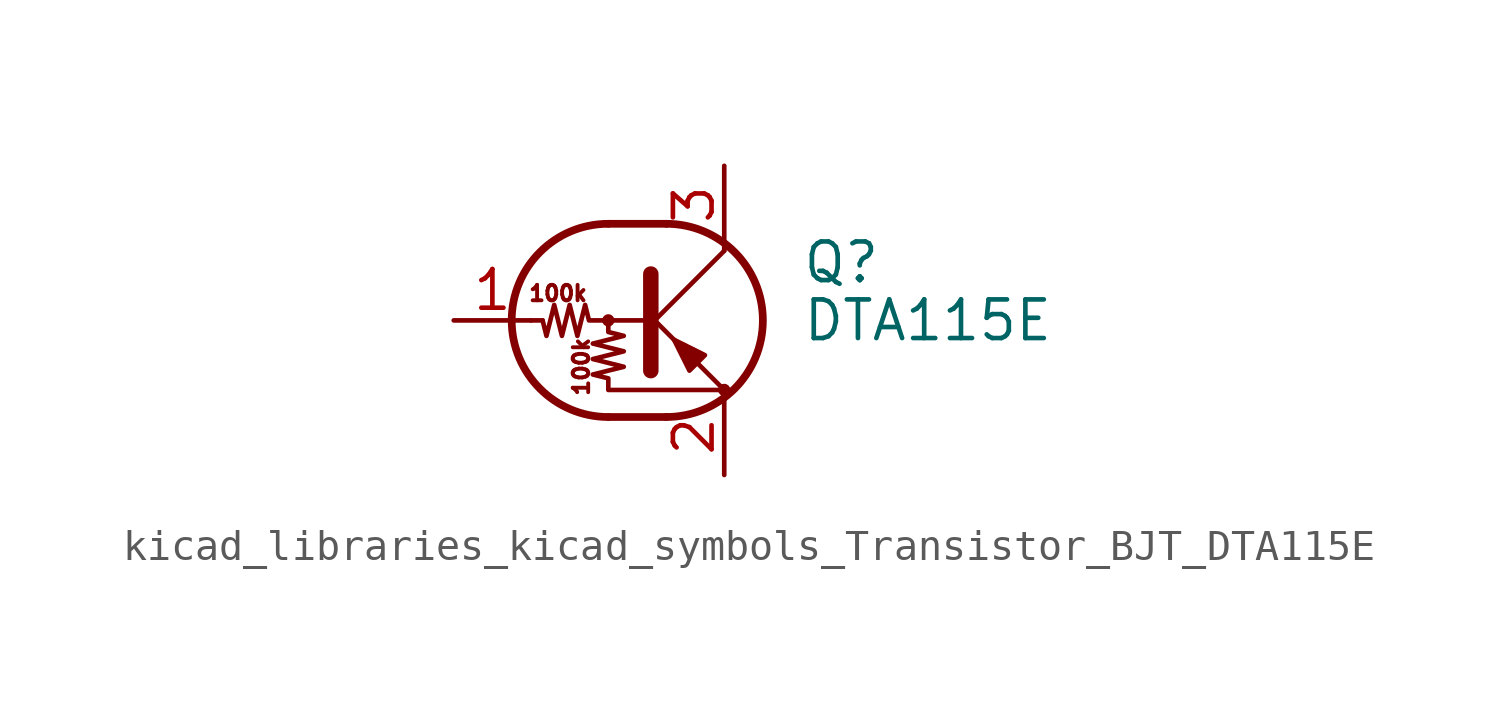
<source format=kicad_sym>
(kicad_symbol_lib
  (version 20220914)
  (generator kicad_symbol_editor)
  (symbol "kicad_libraries_kicad_symbols_Transistor_BJT_DTA115E"
    (pin_names
      (offset 0) hide)
    (property "Reference" "Q"
      (at 5.08 1.905 0)
      (effects (font (size 1.27 1.27)) (justify left)))
    (property "Value" "DTA115E"
      (at 5.08 0 0)
      (effects (font (size 1.27 1.27)) (justify left)))
    (symbol "kicad_libraries_kicad_symbols_Transistor_BJT_DTA115E_0_0"
      (text "100k" (at -2.921 0.889 0) (effects (font (size 0.508 0.508))))
      (text "100k" (at -2.159 -1.524 900) (effects (font (size 0.508 0.508)))))
    (symbol "kicad_libraries_kicad_symbols_Transistor_BJT_DTA115E_0_1"
      (circle (center -1.27 0) (radius 0.127) (stroke (width 0) (type default)) (fill (type none)))
      (arc (start -1.27 3.175) (mid -4.4312 0) (end -1.27 -3.175) (stroke (width 0.254) (type default)) (fill (type none)))
      (polyline (pts (xy -3.429 0) (xy -3.81 0)) (stroke (width 0) (type default)) (fill (type none)))
      (polyline (pts (xy -1.27 -3.175) (xy 0.635 -3.175)) (stroke (width 0.254) (type default)) (fill (type none)))
      (polyline (pts (xy -1.27 3.175) (xy 0.635 3.175)) (stroke (width 0.254) (type default)) (fill (type none)))
      (polyline (pts (xy 0 -0.254) (xy 2.54 2.286)) (stroke (width 0) (type default)) (fill (type none)))
      (polyline (pts (xy 0.127 1.524) (xy 0.127 -1.651)) (stroke (width 0.508) (type default)) (fill (type outline)))
      (polyline (pts (xy 2.54 2.286) (xy 2.54 2.54)) (stroke (width 0) (type default)) (fill (type none)))
      (polyline (pts (xy 2.54 -2.286) (xy 0 0.254) (xy 0 0.254)) (stroke (width 0) (type default)) (fill (type none)))
      (polyline (pts (xy 1.397 -1.651) (xy 1.905 -1.143) (xy 0.889 -0.635) (xy 1.397 -1.651)) (stroke (width 0) (type default)) (fill (type outline)))
      (polyline (pts (xy 0 0) (xy -1.905 0) (xy -2.032 0.508) (xy -2.286 -0.508) (xy -2.54 0.508) (xy -2.794 -0.508) (xy -3.048 0.508) (xy -3.302 -0.508) (xy -3.429 0)) (stroke (width 0) (type default)) (fill (type none)))
      (polyline (pts (xy -1.27 0) (xy -1.27 -0.381) (xy -0.762 -0.508) (xy -1.778 -0.762) (xy -0.762 -1.016) (xy -1.778 -1.27) (xy -0.762 -1.524) (xy -1.778 -1.778) (xy -1.27 -1.905) (xy -1.27 -2.286) (xy 2.54 -2.286)) (stroke (width 0) (type default)) (fill (type none)))
      (arc (start 0.635 -3.175) (mid 3.7962 0) (end 0.635 3.175) (stroke (width 0.254) (type default)) (fill (type none)))
      (circle (center 2.54 -2.286) (radius 0.127) (stroke (width 0) (type default)) (fill (type none))))
    (symbol "kicad_libraries_kicad_symbols_Transistor_BJT_DTA115E_1_1"
      (pin input line (at -6.35 0 0) (length 2.54) (name "B" (effects (font (size 1.27 1.27)))) (number "1" (effects (font (size 1.27 1.27)))))
      (pin passive line (at 2.54 -5.08 90) (length 2.54) (name "E" (effects (font (size 1.27 1.27)))) (number "2" (effects (font (size 1.27 1.27)))))
      (pin passive line (at 2.54 5.08 270) (length 2.54) (name "C" (effects (font (size 1.27 1.27)))) (number "3" (effects (font (size 1.27 1.27))))))))
</source>
